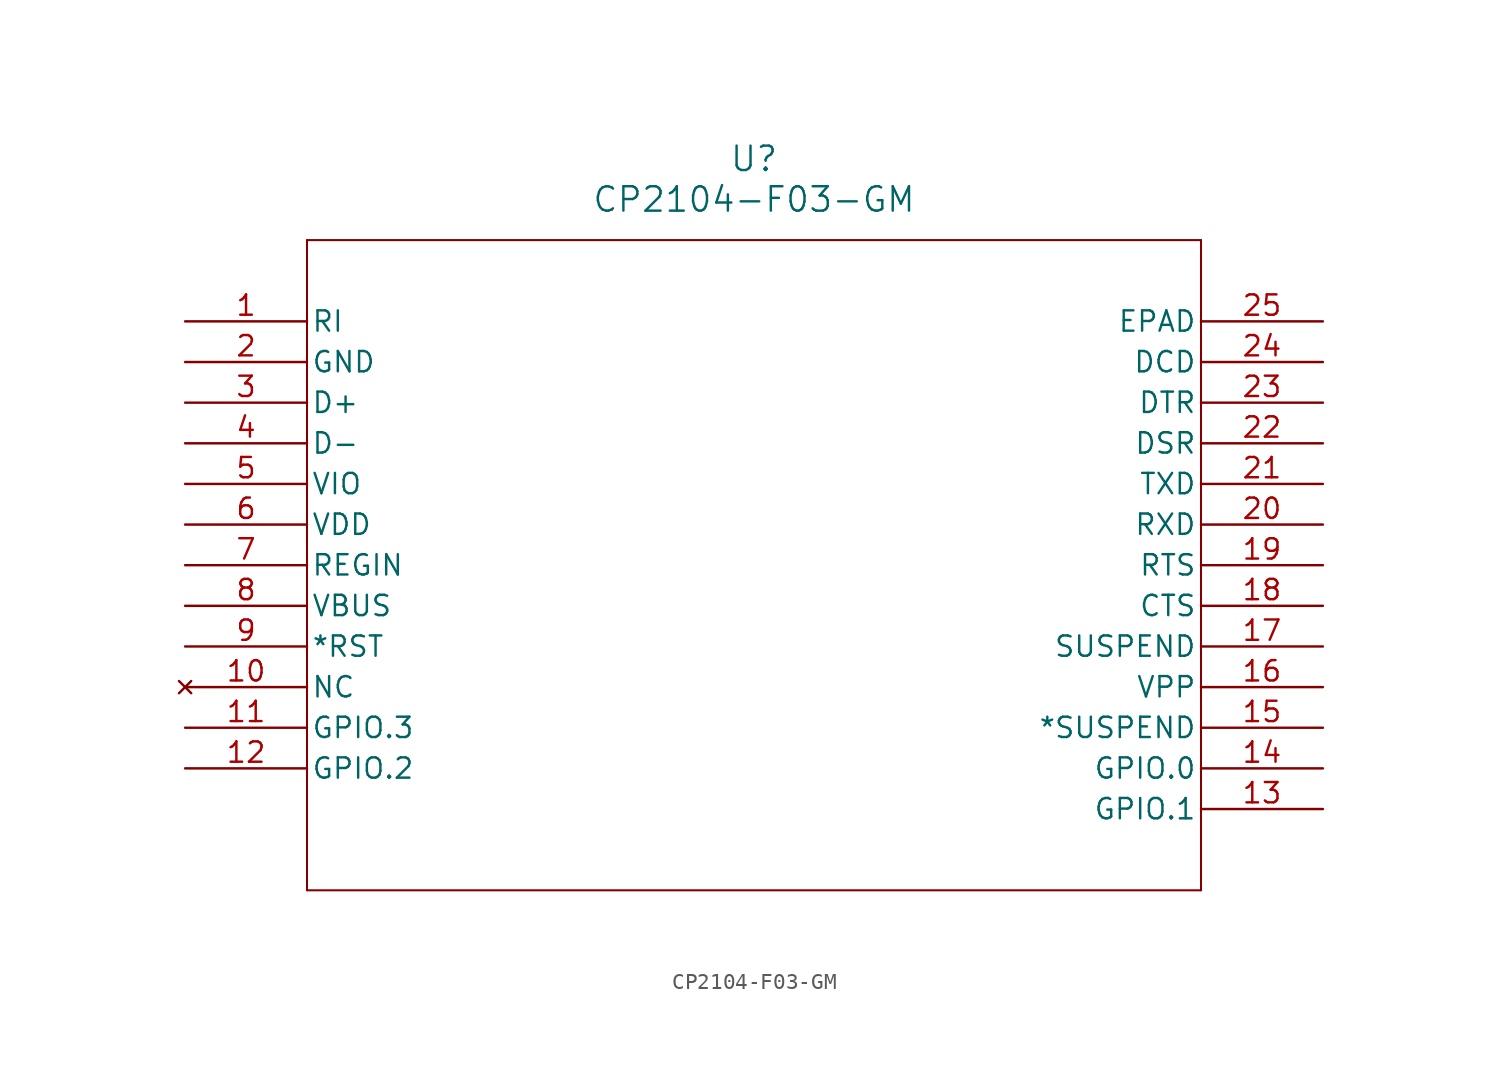
<source format=kicad_sym>
(kicad_symbol_lib
  (version 20211014)
  (generator kicad_symbol_editor)
  (symbol "CP2104-F03-GM"
    (pin_names
      (offset 0.254))
    (property "Reference" "U"
      (at 35.56 10.16 0)
      (effects (font (size 1.524 1.524))))
    (property "Value" "CP2104-F03-GM"
      (at 35.56 7.62 0)
      (effects (font (size 1.524 1.524))))
    (symbol "CP2104-F03-GM_0_1"
      (polyline (pts (xy 7.62 5.08) (xy 7.62 -35.56)) (stroke (width 0.127) (type default) (color 0 0 0 0)) (fill (type none)))
      (polyline (pts (xy 7.62 -35.56) (xy 63.5 -35.56)) (stroke (width 0.127) (type default) (color 0 0 0 0)) (fill (type none)))
      (polyline (pts (xy 63.5 -35.56) (xy 63.5 5.08)) (stroke (width 0.127) (type default) (color 0 0 0 0)) (fill (type none)))
      (polyline (pts (xy 63.5 5.08) (xy 7.62 5.08)) (stroke (width 0.127) (type default) (color 0 0 0 0)) (fill (type none)))
      (pin input line (at 0 0 0) (length 7.62) (name "RI" (effects (font (size 1.27 1.27)))) (number "1" (effects (font (size 1.27 1.27)))))
      (pin power_in line (at 0 -2.54 0) (length 7.62) (name "GND" (effects (font (size 1.27 1.27)))) (number "2" (effects (font (size 1.27 1.27)))))
      (pin bidirectional line (at 0 -5.08 0) (length 7.62) (name "D+" (effects (font (size 1.27 1.27)))) (number "3" (effects (font (size 1.27 1.27)))))
      (pin bidirectional line (at 0 -7.62 0) (length 7.62) (name "D-" (effects (font (size 1.27 1.27)))) (number "4" (effects (font (size 1.27 1.27)))))
      (pin input line (at 0 -10.16 0) (length 7.62) (name "VIO" (effects (font (size 1.27 1.27)))) (number "5" (effects (font (size 1.27 1.27)))))
      (pin power_in line (at 0 -12.7 0) (length 7.62) (name "VDD" (effects (font (size 1.27 1.27)))) (number "6" (effects (font (size 1.27 1.27)))))
      (pin input line (at 0 -15.24 0) (length 7.62) (name "REGIN" (effects (font (size 1.27 1.27)))) (number "7" (effects (font (size 1.27 1.27)))))
      (pin input line (at 0 -17.78 0) (length 7.62) (name "VBUS" (effects (font (size 1.27 1.27)))) (number "8" (effects (font (size 1.27 1.27)))))
      (pin bidirectional line (at 0 -20.32 0) (length 7.62) (name "*RST" (effects (font (size 1.27 1.27)))) (number "9" (effects (font (size 1.27 1.27)))))
      (pin no_connect line (at 0 -22.86 0) (length 7.62) (name "NC" (effects (font (size 1.27 1.27)))) (number "10" (effects (font (size 1.27 1.27)))))
      (pin bidirectional line (at 0 -25.4 0) (length 7.62) (name "GPIO.3" (effects (font (size 1.27 1.27)))) (number "11" (effects (font (size 1.27 1.27)))))
      (pin bidirectional line (at 0 -27.94 0) (length 7.62) (name "GPIO.2" (effects (font (size 1.27 1.27)))) (number "12" (effects (font (size 1.27 1.27)))))
      (pin bidirectional line (at 71.12 -30.48 180) (length 7.62) (name "GPIO.1" (effects (font (size 1.27 1.27)))) (number "13" (effects (font (size 1.27 1.27)))))
      (pin bidirectional line (at 71.12 -27.94 180) (length 7.62) (name "GPIO.0" (effects (font (size 1.27 1.27)))) (number "14" (effects (font (size 1.27 1.27)))))
      (pin output line (at 71.12 -25.4 180) (length 7.62) (name "*SUSPEND" (effects (font (size 1.27 1.27)))) (number "15" (effects (font (size 1.27 1.27)))))
      (pin power_in line (at 71.12 -22.86 180) (length 7.62) (name "VPP" (effects (font (size 1.27 1.27)))) (number "16" (effects (font (size 1.27 1.27)))))
      (pin output line (at 71.12 -20.32 180) (length 7.62) (name "SUSPEND" (effects (font (size 1.27 1.27)))) (number "17" (effects (font (size 1.27 1.27)))))
      (pin input line (at 71.12 -17.78 180) (length 7.62) (name "CTS" (effects (font (size 1.27 1.27)))) (number "18" (effects (font (size 1.27 1.27)))))
      (pin output line (at 71.12 -15.24 180) (length 7.62) (name "RTS" (effects (font (size 1.27 1.27)))) (number "19" (effects (font (size 1.27 1.27)))))
      (pin input line (at 71.12 -12.7 180) (length 7.62) (name "RXD" (effects (font (size 1.27 1.27)))) (number "20" (effects (font (size 1.27 1.27)))))
      (pin output line (at 71.12 -10.16 180) (length 7.62) (name "TXD" (effects (font (size 1.27 1.27)))) (number "21" (effects (font (size 1.27 1.27)))))
      (pin input line (at 71.12 -7.62 180) (length 7.62) (name "DSR" (effects (font (size 1.27 1.27)))) (number "22" (effects (font (size 1.27 1.27)))))
      (pin output line (at 71.12 -5.08 180) (length 7.62) (name "DTR" (effects (font (size 1.27 1.27)))) (number "23" (effects (font (size 1.27 1.27)))))
      (pin input line (at 71.12 -2.54 180) (length 7.62) (name "DCD" (effects (font (size 1.27 1.27)))) (number "24" (effects (font (size 1.27 1.27)))))
      (pin unspecified line (at 71.12 0 180) (length 7.62) (name "EPAD" (effects (font (size 1.27 1.27)))) (number "25" (effects (font (size 1.27 1.27))))))))
</source>
